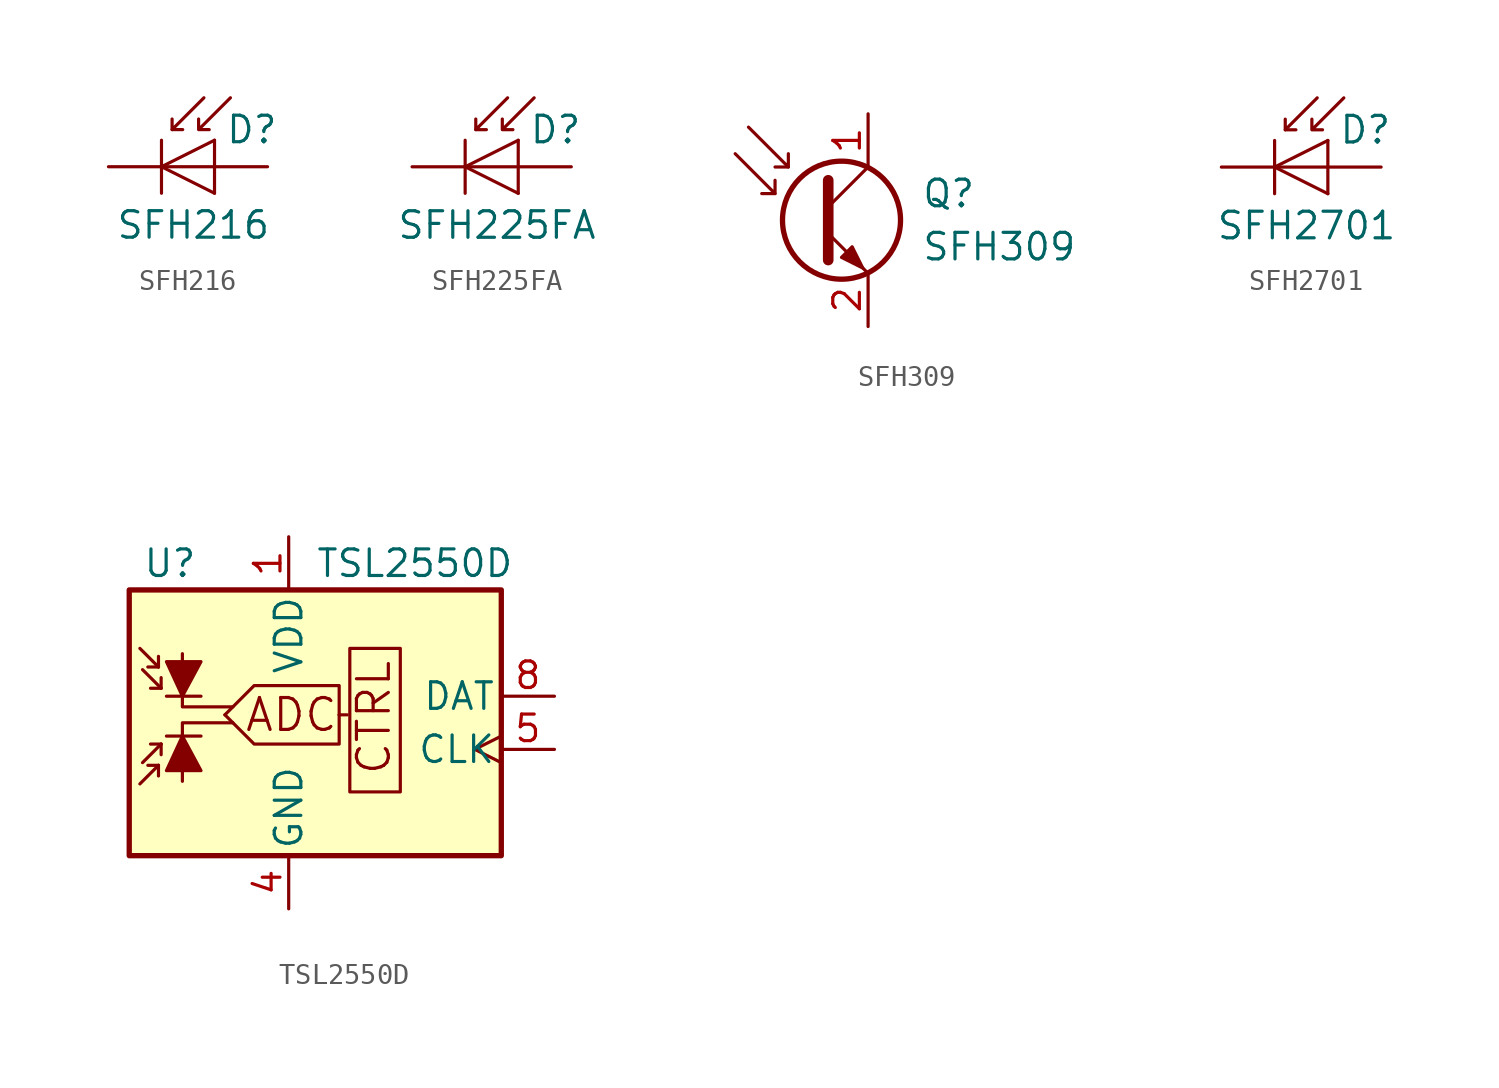
<source format=kicad_sym>
(kicad_symbol_lib
  (version 20231120)
  (generator "kicad_symbol_editor")
  (generator_version "8.0")
  (symbol "SFH216"
    (pin_numbers hide)
    (pin_names hide)
    (property "Reference" "D"
      (at 0.508 1.778 0)
      (effects (font (size 1.27 1.27)) (justify left)))
    (property "Value" "SFH216"
      (at -1.016 -2.794 0)
      (effects (font (size 1.27 1.27))))
    (symbol "SFH216_0_1"
      (polyline (pts (xy -2.54 1.27) (xy -2.54 -1.27)) (stroke (width 0.152) (type default)) (fill (type none)))
      (polyline (pts (xy -2.032 1.778) (xy -1.524 1.778)) (stroke (width 0) (type default)) (fill (type none)))
      (polyline (pts (xy 0 -1.27) (xy 0 1.27)) (stroke (width 0) (type default)) (fill (type none)))
      (polyline (pts (xy 0 0) (xy -2.54 0)) (stroke (width 0) (type default)) (fill (type none)))
      (polyline (pts (xy -0.508 3.302) (xy -2.032 1.778) (xy -2.032 2.286)) (stroke (width 0) (type default)) (fill (type none)))
      (polyline (pts (xy 0 1.27) (xy -2.54 0) (xy 0 -1.27)) (stroke (width 0) (type default)) (fill (type none)))
      (polyline (pts (xy 0.762 3.302) (xy -0.762 1.778) (xy -0.762 2.286) (xy -0.762 1.778) (xy -0.254 1.778)) (stroke (width 0) (type default)) (fill (type none))))
    (symbol "SFH216_1_1"
      (pin passive line (at -5.08 0 0) (length 2.54) (name "K" (effects (font (size 1.27 1.27)))) (number "1" (effects (font (size 1.27 1.27)))))
      (pin passive line (at 2.54 0 180) (length 2.54) (name "A" (effects (font (size 1.27 1.27)))) (number "2" (effects (font (size 1.27 1.27)))))))
  (symbol "SFH225FA"
    (pin_numbers hide)
    (pin_names hide)
    (property "Reference" "D"
      (at 0.508 1.778 0)
      (effects (font (size 1.27 1.27)) (justify left)))
    (property "Value" "SFH225FA"
      (at -1.016 -2.794 0)
      (effects (font (size 1.27 1.27))))
    (symbol "SFH225FA_0_1"
      (polyline (pts (xy -2.54 1.27) (xy -2.54 -1.27)) (stroke (width 0.152) (type default)) (fill (type none)))
      (polyline (pts (xy -2.032 1.778) (xy -1.524 1.778)) (stroke (width 0) (type default)) (fill (type none)))
      (polyline (pts (xy 0 -1.27) (xy 0 1.27)) (stroke (width 0) (type default)) (fill (type none)))
      (polyline (pts (xy 0 0) (xy -2.54 0)) (stroke (width 0) (type default)) (fill (type none)))
      (polyline (pts (xy -0.508 3.302) (xy -2.032 1.778) (xy -2.032 2.286)) (stroke (width 0) (type default)) (fill (type none)))
      (polyline (pts (xy 0 1.27) (xy -2.54 0) (xy 0 -1.27)) (stroke (width 0) (type default)) (fill (type none)))
      (polyline (pts (xy 0.762 3.302) (xy -0.762 1.778) (xy -0.762 2.286) (xy -0.762 1.778) (xy -0.254 1.778)) (stroke (width 0) (type default)) (fill (type none))))
    (symbol "SFH225FA_1_1"
      (pin passive line (at -5.08 0 0) (length 2.54) (name "K" (effects (font (size 1.27 1.27)))) (number "1" (effects (font (size 1.27 1.27)))))
      (pin passive line (at 2.54 0 180) (length 2.54) (name "A" (effects (font (size 1.27 1.27)))) (number "2" (effects (font (size 1.27 1.27)))))))
  (symbol "SFH309"
    (pin_names
      (offset 0) hide)
    (property "Reference" "Q"
      (at 5.08 1.27 0)
      (effects (font (size 1.27 1.27)) (justify left)))
    (property "Value" "SFH309"
      (at 5.08 -1.27 0)
      (effects (font (size 1.27 1.27)) (justify left)))
    (symbol "SFH309_0_1"
      (polyline (pts (xy -1.905 1.27) (xy -2.54 1.27)) (stroke (width 0) (type default)) (fill (type none)))
      (polyline (pts (xy -1.27 2.54) (xy -1.905 2.54)) (stroke (width 0) (type default)) (fill (type none)))
      (polyline (pts (xy 0.635 0.635) (xy 2.54 2.54)) (stroke (width 0) (type default)) (fill (type none)))
      (polyline (pts (xy -3.81 3.175) (xy -1.905 1.27) (xy -1.905 1.905)) (stroke (width 0) (type default)) (fill (type none)))
      (polyline (pts (xy -3.175 4.445) (xy -1.27 2.54) (xy -1.27 3.175)) (stroke (width 0) (type default)) (fill (type none)))
      (polyline (pts (xy 0.635 -0.635) (xy 2.54 -2.54) (xy 2.54 -2.54)) (stroke (width 0) (type default)) (fill (type none)))
      (polyline (pts (xy 0.635 1.905) (xy 0.635 -1.905) (xy 0.635 -1.905)) (stroke (width 0.508) (type default)) (fill (type none)))
      (polyline (pts (xy 1.27 -1.778) (xy 1.778 -1.27) (xy 2.286 -2.286) (xy 1.27 -1.778) (xy 1.27 -1.778)) (stroke (width 0) (type default)) (fill (type outline)))
      (circle (center 1.27 0) (radius 2.819) (stroke (width 0.254) (type default)) (fill (type none))))
    (symbol "SFH309_1_1"
      (pin passive line (at 2.54 5.08 270) (length 2.54) (name "C" (effects (font (size 1.27 1.27)))) (number "1" (effects (font (size 1.27 1.27)))))
      (pin passive line (at 2.54 -5.08 90) (length 2.54) (name "E" (effects (font (size 1.27 1.27)))) (number "2" (effects (font (size 1.27 1.27)))))))
  (symbol "SFH2701"
    (pin_numbers hide)
    (pin_names
      (offset 1.016) hide)
    (property "Reference" "D"
      (at 0.508 1.778 0)
      (effects (font (size 1.27 1.27)) (justify left)))
    (property "Value" "SFH2701"
      (at -1.016 -2.794 0)
      (effects (font (size 1.27 1.27))))
    (symbol "SFH2701_0_1"
      (polyline (pts (xy -2.54 1.27) (xy -2.54 -1.27)) (stroke (width 0.152) (type default)) (fill (type none)))
      (polyline (pts (xy -2.032 1.778) (xy -1.524 1.778)) (stroke (width 0) (type default)) (fill (type none)))
      (polyline (pts (xy 0 0) (xy -2.54 0)) (stroke (width 0) (type default)) (fill (type none)))
      (polyline (pts (xy 0 1.27) (xy 0 -1.27)) (stroke (width 0) (type default)) (fill (type none)))
      (polyline (pts (xy -0.508 3.302) (xy -2.032 1.778) (xy -2.032 2.286)) (stroke (width 0) (type default)) (fill (type none)))
      (polyline (pts (xy 0 1.27) (xy -2.54 0) (xy 0 -1.27)) (stroke (width 0) (type default)) (fill (type none)))
      (polyline (pts (xy 0.762 3.302) (xy -0.762 1.778) (xy -0.762 2.286) (xy -0.762 1.778) (xy -0.254 1.778)) (stroke (width 0) (type default)) (fill (type none))))
    (symbol "SFH2701_1_1"
      (pin passive line (at -5.08 0 0) (length 2.54) (name "K" (effects (font (size 1.27 1.27)))) (number "1" (effects (font (size 1.27 1.27)))))
      (pin passive line (at 2.54 0 180) (length 2.54) (name "A" (effects (font (size 1.27 1.27)))) (number "2" (effects (font (size 1.27 1.27)))))))
  (symbol "TSL2550D"
    (pin_names
      (offset 0.254))
    (property "Reference" "U"
      (at -6.985 6.35 0)
      (effects (font (size 1.27 1.27)) (justify left)))
    (property "Value" "TSL2550D"
      (at 1.27 6.35 0)
      (effects (font (size 1.27 1.27)) (justify left)))
    (symbol "TSL2550D_0_0"
      (polyline (pts (xy 2.413 -0.889) (xy 2.794 -0.889)) (stroke (width 0) (type default)) (fill (type none)))
      (polyline (pts (xy -5.08 -4.064) (xy -5.08 -1.27) (xy -2.667 -1.27)) (stroke (width 0) (type default)) (fill (type none)))
      (polyline (pts (xy -5.08 2.032) (xy -5.08 -0.508) (xy -2.667 -0.508)) (stroke (width 0) (type default)) (fill (type none)))
      (polyline (pts (xy -3.048 -0.889) (xy -1.651 -2.286) (xy 2.413 -2.286) (xy 2.413 -0.889)) (stroke (width 0) (type default)) (fill (type none)))
      (polyline (pts (xy -3.048 -0.889) (xy -1.651 0.508) (xy 2.413 0.508) (xy 2.413 -0.889)) (stroke (width 0) (type default)) (fill (type none)))
      (rectangle (start 2.921 2.286) (end 5.334 -4.572) (stroke (width 0) (type default)) (fill (type none)))
      (text "ADC" (at 0.127 -0.889 0) (effects (font (size 1.524 1.524))))
      (text "CTRL" (at 4.064 -1.016 900) (effects (font (size 1.524 1.524)))))
    (symbol "TSL2550D_0_1"
      (polyline (pts (xy -6.223 -3.302) (xy -7.112 -4.191)) (stroke (width 0) (type default)) (fill (type none)))
      (polyline (pts (xy -6.223 -3.302) (xy -6.731 -3.302)) (stroke (width 0) (type default)) (fill (type none)))
      (polyline (pts (xy -6.223 -3.302) (xy -6.223 -3.81)) (stroke (width 0) (type default)) (fill (type none)))
      (polyline (pts (xy -6.223 1.397) (xy -7.112 2.286)) (stroke (width 0) (type default)) (fill (type none)))
      (polyline (pts (xy -6.223 1.397) (xy -6.731 1.397)) (stroke (width 0) (type default)) (fill (type none)))
      (polyline (pts (xy -6.223 1.397) (xy -6.223 1.905)) (stroke (width 0) (type default)) (fill (type none)))
      (polyline (pts (xy -6.096 -2.286) (xy -6.985 -3.175)) (stroke (width 0) (type default)) (fill (type none)))
      (polyline (pts (xy -6.096 -2.286) (xy -6.604 -2.286)) (stroke (width 0) (type default)) (fill (type none)))
      (polyline (pts (xy -6.096 -2.286) (xy -6.096 -2.794)) (stroke (width 0) (type default)) (fill (type none)))
      (polyline (pts (xy -6.096 0.381) (xy -6.985 1.27)) (stroke (width 0) (type default)) (fill (type none)))
      (polyline (pts (xy -6.096 0.381) (xy -6.604 0.381)) (stroke (width 0) (type default)) (fill (type none)))
      (polyline (pts (xy -6.096 0.381) (xy -6.096 0.889)) (stroke (width 0) (type default)) (fill (type none)))
      (polyline (pts (xy -5.842 -1.905) (xy -4.191 -1.905)) (stroke (width 0) (type default)) (fill (type none)))
      (polyline (pts (xy -5.842 0) (xy -4.191 0)) (stroke (width 0) (type default)) (fill (type none)))
      (polyline (pts (xy -5.842 -3.556) (xy -4.191 -3.556) (xy -5.08 -1.905) (xy -5.842 -3.556)) (stroke (width 0) (type default)) (fill (type outline)))
      (polyline (pts (xy -5.842 1.651) (xy -4.191 1.651) (xy -5.08 0) (xy -5.842 1.651)) (stroke (width 0) (type default)) (fill (type outline)))
      (rectangle (start 10.16 5.08) (end -7.62 -7.62) (stroke (width 0.254) (type default)) (fill (type background))))
    (symbol "TSL2550D_1_1"
      (pin power_in line (at 0 7.62 270) (length 2.54) (name "VDD" (effects (font (size 1.27 1.27)))) (number "1" (effects (font (size 1.27 1.27)))))
      (pin no_connect line (at -7.62 2.54 0) (length 2.54) hide (name "NC" (effects (font (size 1.27 1.27)))) (number "2" (effects (font (size 1.27 1.27)))))
      (pin no_connect line (at -7.62 0 0) (length 2.54) hide (name "NC" (effects (font (size 1.27 1.27)))) (number "3" (effects (font (size 1.27 1.27)))))
      (pin power_in line (at 0 -10.16 90) (length 2.54) (name "GND" (effects (font (size 1.27 1.27)))) (number "4" (effects (font (size 1.27 1.27)))))
      (pin input clock (at 12.7 -2.54 180) (length 2.54) (name "CLK" (effects (font (size 1.27 1.27)))) (number "5" (effects (font (size 1.27 1.27)))))
      (pin no_connect line (at -7.62 -2.54 0) (length 2.54) hide (name "NC" (effects (font (size 1.27 1.27)))) (number "6" (effects (font (size 1.27 1.27)))))
      (pin no_connect line (at -7.62 -5.08 0) (length 2.54) hide (name "NC" (effects (font (size 1.27 1.27)))) (number "7" (effects (font (size 1.27 1.27)))))
      (pin bidirectional line (at 12.7 0 180) (length 2.54) (name "DAT" (effects (font (size 1.27 1.27)))) (number "8" (effects (font (size 1.27 1.27))))))))
</source>
